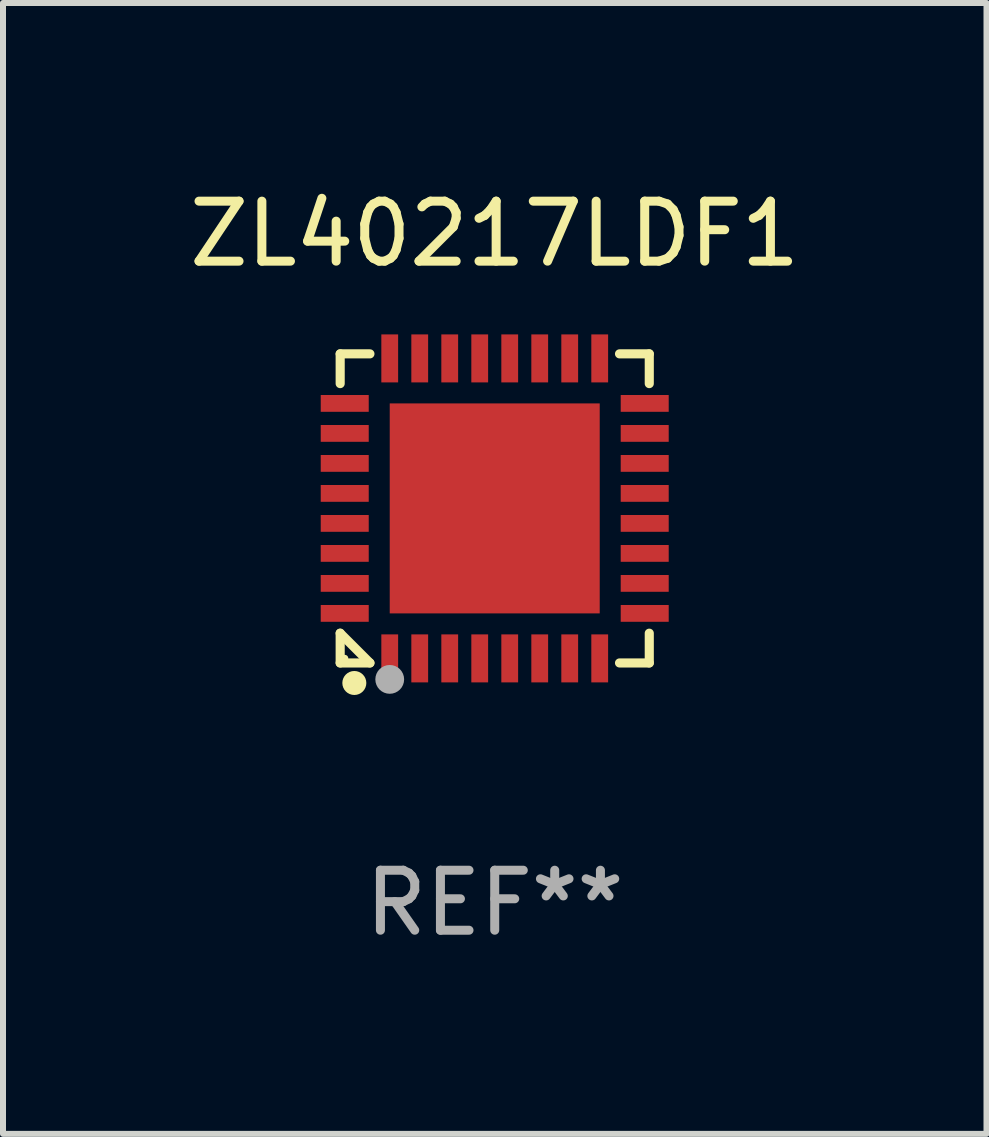
<source format=kicad_pcb>
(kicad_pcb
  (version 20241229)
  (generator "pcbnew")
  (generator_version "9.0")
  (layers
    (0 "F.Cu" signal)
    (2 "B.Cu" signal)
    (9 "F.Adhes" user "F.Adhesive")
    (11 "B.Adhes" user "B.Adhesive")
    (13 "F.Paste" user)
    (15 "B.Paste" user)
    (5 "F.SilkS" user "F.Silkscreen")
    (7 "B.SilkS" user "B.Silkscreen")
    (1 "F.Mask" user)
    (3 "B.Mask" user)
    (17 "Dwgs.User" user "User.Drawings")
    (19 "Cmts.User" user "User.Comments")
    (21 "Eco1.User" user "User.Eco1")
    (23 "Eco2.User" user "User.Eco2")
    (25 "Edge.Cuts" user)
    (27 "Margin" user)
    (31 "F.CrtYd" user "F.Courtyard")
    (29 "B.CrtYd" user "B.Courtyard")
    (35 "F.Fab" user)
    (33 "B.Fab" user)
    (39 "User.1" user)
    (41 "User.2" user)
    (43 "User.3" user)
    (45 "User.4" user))
  (footprint "ZL40217LDF1"
    (layer "F.Cu")
    (at 5.196 5.424)
    (property "Reference" "ZL40217LDF1" (at 0 -4.576 0) (layer "F.SilkS") (effects (font (size 1 1) (thickness 0.15))))
    (attr through_hole)
    (fp_line (start -2.576 -2.576) (end -2.08 -2.576) (stroke (width 0.152) (type solid)) (layer "F.SilkS"))
    (fp_line (start -2.576 -2.08) (end -2.576 -2.576) (stroke (width 0.152) (type solid)) (layer "F.SilkS"))
    (fp_line (start -2.576 2.08) (end -2.576 2.576) (stroke (width 0.152) (type solid)) (layer "F.SilkS"))
    (fp_line (start -2.576 2.08) (end -2.08 2.576) (stroke (width 0.152) (type solid)) (layer "F.SilkS"))
    (fp_line (start -2.576 2.576) (end -2.08 2.576) (stroke (width 0.152) (type solid)) (layer "F.SilkS"))
    (fp_line (start 2.576 -2.576) (end 2.08 -2.576) (stroke (width 0.152) (type solid)) (layer "F.SilkS"))
    (fp_line (start 2.576 -2.08) (end 2.576 -2.576) (stroke (width 0.152) (type solid)) (layer "F.SilkS"))
    (fp_line (start 2.576 2.08) (end 2.576 2.576) (stroke (width 0.152) (type solid)) (layer "F.SilkS"))
    (fp_line (start 2.576 2.576) (end 2.08 2.576) (stroke (width 0.152) (type solid)) (layer "F.SilkS"))
    (fp_circle (center -2.5 2.5) (end -2.47 2.5) (stroke (width 0.06) (type solid)) (fill no) (layer "F.SilkS"))
    (fp_circle (center -2.34 2.91) (end -2.24 2.91) (stroke (width 0.2) (type solid)) (fill no) (layer "F.SilkS"))
    (fp_circle (center -1.75 2.85) (end -1.63 2.85) (stroke (width 0.24) (type solid)) (fill no) (layer "F.Fab"))
    (fp_text user "REF**" (at 0 6.576 0) (layer "F.Fab") (effects (font (size 1 1) (thickness 0.15))))
    (pad "1" smd rect (at -1.75 2.5) (size 0.28 0.8) (layers "F.Cu" "F.Mask" "F.Paste"))
    (pad "2" smd rect (at -1.25 2.5) (size 0.28 0.8) (layers "F.Cu" "F.Mask" "F.Paste"))
    (pad "3" smd rect (at -0.75 2.5) (size 0.28 0.8) (layers "F.Cu" "F.Mask" "F.Paste"))
    (pad "4" smd rect (at -0.25 2.5) (size 0.28 0.8) (layers "F.Cu" "F.Mask" "F.Paste"))
    (pad "5" smd rect (at 0.25 2.5) (size 0.28 0.8) (layers "F.Cu" "F.Mask" "F.Paste"))
    (pad "6" smd rect (at 0.75 2.5) (size 0.28 0.8) (layers "F.Cu" "F.Mask" "F.Paste"))
    (pad "7" smd rect (at 1.25 2.5) (size 0.28 0.8) (layers "F.Cu" "F.Mask" "F.Paste"))
    (pad "8" smd rect (at 1.75 2.5) (size 0.28 0.8) (layers "F.Cu" "F.Mask" "F.Paste"))
    (pad "9" smd rect (at 2.5 1.75) (size 0.8 0.28) (layers "F.Cu" "F.Mask" "F.Paste"))
    (pad "10" smd rect (at 2.5 1.25) (size 0.8 0.28) (layers "F.Cu" "F.Mask" "F.Paste"))
    (pad "11" smd rect (at 2.5 0.75) (size 0.8 0.28) (layers "F.Cu" "F.Mask" "F.Paste"))
    (pad "12" smd rect (at 2.5 0.25) (size 0.8 0.28) (layers "F.Cu" "F.Mask" "F.Paste"))
    (pad "13" smd rect (at 2.5 -0.25) (size 0.8 0.28) (layers "F.Cu" "F.Mask" "F.Paste"))
    (pad "14" smd rect (at 2.5 -0.75) (size 0.8 0.28) (layers "F.Cu" "F.Mask" "F.Paste"))
    (pad "15" smd rect (at 2.5 -1.25) (size 0.8 0.28) (layers "F.Cu" "F.Mask" "F.Paste"))
    (pad "16" smd rect (at 2.5 -1.75) (size 0.8 0.28) (layers "F.Cu" "F.Mask" "F.Paste"))
    (pad "17" smd rect (at 1.75 -2.5) (size 0.28 0.8) (layers "F.Cu" "F.Mask" "F.Paste"))
    (pad "18" smd rect (at 1.25 -2.5) (size 0.28 0.8) (layers "F.Cu" "F.Mask" "F.Paste"))
    (pad "19" smd rect (at 0.75 -2.5) (size 0.28 0.8) (layers "F.Cu" "F.Mask" "F.Paste"))
    (pad "20" smd rect (at 0.25 -2.5) (size 0.28 0.8) (layers "F.Cu" "F.Mask" "F.Paste"))
    (pad "21" smd rect (at -0.25 -2.5) (size 0.28 0.8) (layers "F.Cu" "F.Mask" "F.Paste"))
    (pad "22" smd rect (at -0.75 -2.5) (size 0.28 0.8) (layers "F.Cu" "F.Mask" "F.Paste"))
    (pad "23" smd rect (at -1.25 -2.5) (size 0.28 0.8) (layers "F.Cu" "F.Mask" "F.Paste"))
    (pad "24" smd rect (at -1.75 -2.5) (size 0.28 0.8) (layers "F.Cu" "F.Mask" "F.Paste"))
    (pad "25" smd rect (at -2.5 -1.75) (size 0.8 0.28) (layers "F.Cu" "F.Mask" "F.Paste"))
    (pad "26" smd rect (at -2.5 -1.25) (size 0.8 0.28) (layers "F.Cu" "F.Mask" "F.Paste"))
    (pad "27" smd rect (at -2.5 -0.75) (size 0.8 0.28) (layers "F.Cu" "F.Mask" "F.Paste"))
    (pad "28" smd rect (at -2.5 -0.25) (size 0.8 0.28) (layers "F.Cu" "F.Mask" "F.Paste"))
    (pad "29" smd rect (at -2.5 0.25) (size 0.8 0.28) (layers "F.Cu" "F.Mask" "F.Paste"))
    (pad "30" smd rect (at -2.5 0.75) (size 0.8 0.28) (layers "F.Cu" "F.Mask" "F.Paste"))
    (pad "31" smd rect (at -2.5 1.25) (size 0.8 0.28) (layers "F.Cu" "F.Mask" "F.Paste"))
    (pad "32" smd rect (at -2.5 1.75) (size 0.8 0.28) (layers "F.Cu" "F.Mask" "F.Paste"))
    (pad "33" smd rect (at 0 0) (size 3.5 3.5) (layers "F.Cu" "F.Mask" "F.Paste")))
  (gr_rect
    (start -3 -3)
    (end 13.393 15.849)
    (stroke (width 0.1) (type default))
    (fill no)
    (layer "Edge.Cuts")))
</source>
